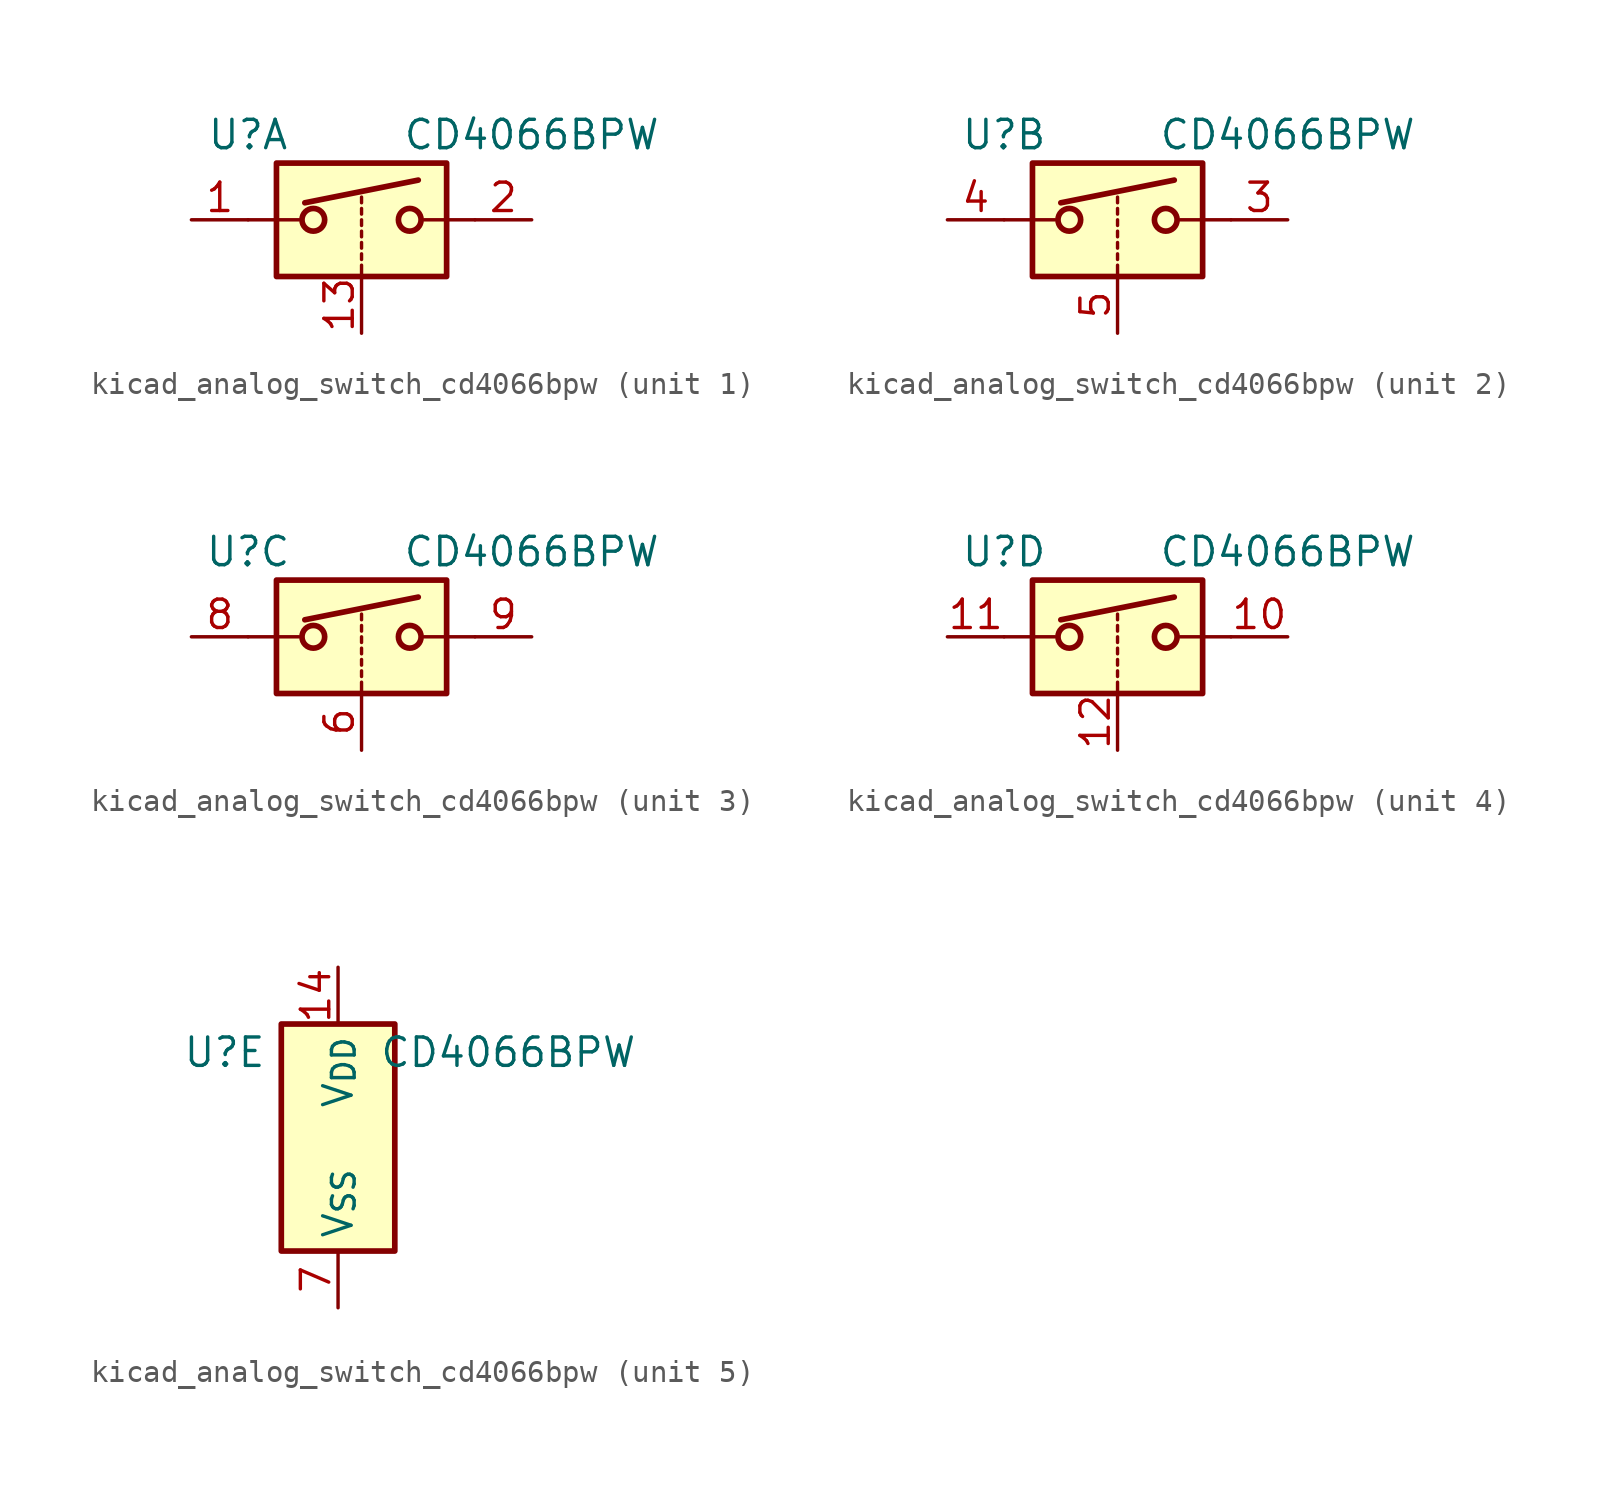
<source format=kicad_sym>
(kicad_symbol_lib
  (version 20220914)
  (generator kicad_symbol_editor)
  (symbol "kicad_analog_switch_cd4066bpw"
    (property "Reference" "U"
      (at -5.08 3.81 0)
      (effects (font (size 1.27 1.27))))
    (property "Value" "CD4066BPW"
      (at 7.62 3.81 0)
      (effects (font (size 1.27 1.27))))
    (property "ki_locked" ""
      (at 0 0 0)
      (effects (font (size 1.27 1.27))))
    (symbol "kicad_analog_switch_cd4066bpw_1_1"
      (rectangle (start -3.81 2.54) (end 3.81 -2.54) (stroke (width 0.254) (type default)) (fill (type background)))
      (circle (center -2.159 0) (radius 0.508) (stroke (width 0.254) (type default)) (fill (type none)))
      (polyline (pts (xy -5.08 0) (xy -2.794 0)) (stroke (width 0) (type default)) (fill (type none)))
      (polyline (pts (xy -2.54 0.762) (xy 2.54 1.778)) (stroke (width 0.254) (type default)) (fill (type none)))
      (polyline (pts (xy 0 -2.54) (xy 0 -2.032)) (stroke (width 0) (type default)) (fill (type none)))
      (polyline (pts (xy 0 -1.778) (xy 0 -1.524)) (stroke (width 0) (type default)) (fill (type none)))
      (polyline (pts (xy 0 -1.27) (xy 0 -1.016)) (stroke (width 0) (type default)) (fill (type none)))
      (polyline (pts (xy 0 -0.762) (xy 0 -0.508)) (stroke (width 0) (type default)) (fill (type none)))
      (polyline (pts (xy 0 -0.254) (xy 0 0)) (stroke (width 0) (type default)) (fill (type none)))
      (polyline (pts (xy 0 0.254) (xy 0 0.508)) (stroke (width 0) (type default)) (fill (type none)))
      (polyline (pts (xy 0 0.762) (xy 0 1.016)) (stroke (width 0) (type default)) (fill (type none)))
      (polyline (pts (xy 5.08 0) (xy 2.794 0)) (stroke (width 0) (type default)) (fill (type none)))
      (circle (center 2.159 0) (radius 0.508) (stroke (width 0.254) (type default)) (fill (type none)))
      (pin bidirectional line (at -7.62 0 0) (length 2.54) (name "~" (effects (font (size 1.27 1.27)))) (number "1" (effects (font (size 1.27 1.27)))))
      (pin input line (at 0 -5.08 90) (length 2.54) (name "~" (effects (font (size 1.27 1.27)))) (number "13" (effects (font (size 1.27 1.27)))))
      (pin bidirectional line (at 7.62 0 180) (length 2.54) (name "~" (effects (font (size 1.27 1.27)))) (number "2" (effects (font (size 1.27 1.27))))))
    (symbol "kicad_analog_switch_cd4066bpw_2_1"
      (rectangle (start -3.81 2.54) (end 3.81 -2.54) (stroke (width 0.254) (type default)) (fill (type background)))
      (circle (center -2.159 0) (radius 0.508) (stroke (width 0.254) (type default)) (fill (type none)))
      (polyline (pts (xy -5.08 0) (xy -2.794 0)) (stroke (width 0) (type default)) (fill (type none)))
      (polyline (pts (xy -2.54 0.762) (xy 2.54 1.778)) (stroke (width 0.254) (type default)) (fill (type none)))
      (polyline (pts (xy 0 -2.54) (xy 0 -2.032)) (stroke (width 0) (type default)) (fill (type none)))
      (polyline (pts (xy 0 -1.778) (xy 0 -1.524)) (stroke (width 0) (type default)) (fill (type none)))
      (polyline (pts (xy 0 -1.27) (xy 0 -1.016)) (stroke (width 0) (type default)) (fill (type none)))
      (polyline (pts (xy 0 -0.762) (xy 0 -0.508)) (stroke (width 0) (type default)) (fill (type none)))
      (polyline (pts (xy 0 -0.254) (xy 0 0)) (stroke (width 0) (type default)) (fill (type none)))
      (polyline (pts (xy 0 0.254) (xy 0 0.508)) (stroke (width 0) (type default)) (fill (type none)))
      (polyline (pts (xy 0 0.762) (xy 0 1.016)) (stroke (width 0) (type default)) (fill (type none)))
      (polyline (pts (xy 5.08 0) (xy 2.794 0)) (stroke (width 0) (type default)) (fill (type none)))
      (circle (center 2.159 0) (radius 0.508) (stroke (width 0.254) (type default)) (fill (type none)))
      (pin bidirectional line (at 7.62 0 180) (length 2.54) (name "~" (effects (font (size 1.27 1.27)))) (number "3" (effects (font (size 1.27 1.27)))))
      (pin bidirectional line (at -7.62 0 0) (length 2.54) (name "~" (effects (font (size 1.27 1.27)))) (number "4" (effects (font (size 1.27 1.27)))))
      (pin input line (at 0 -5.08 90) (length 2.54) (name "~" (effects (font (size 1.27 1.27)))) (number "5" (effects (font (size 1.27 1.27))))))
    (symbol "kicad_analog_switch_cd4066bpw_3_1"
      (rectangle (start -3.81 2.54) (end 3.81 -2.54) (stroke (width 0.254) (type default)) (fill (type background)))
      (circle (center -2.159 0) (radius 0.508) (stroke (width 0.254) (type default)) (fill (type none)))
      (polyline (pts (xy -5.08 0) (xy -2.794 0)) (stroke (width 0) (type default)) (fill (type none)))
      (polyline (pts (xy -2.54 0.762) (xy 2.54 1.778)) (stroke (width 0.254) (type default)) (fill (type none)))
      (polyline (pts (xy 0 -2.54) (xy 0 -2.032)) (stroke (width 0) (type default)) (fill (type none)))
      (polyline (pts (xy 0 -1.778) (xy 0 -1.524)) (stroke (width 0) (type default)) (fill (type none)))
      (polyline (pts (xy 0 -1.27) (xy 0 -1.016)) (stroke (width 0) (type default)) (fill (type none)))
      (polyline (pts (xy 0 -0.762) (xy 0 -0.508)) (stroke (width 0) (type default)) (fill (type none)))
      (polyline (pts (xy 0 -0.254) (xy 0 0)) (stroke (width 0) (type default)) (fill (type none)))
      (polyline (pts (xy 0 0.254) (xy 0 0.508)) (stroke (width 0) (type default)) (fill (type none)))
      (polyline (pts (xy 0 0.762) (xy 0 1.016)) (stroke (width 0) (type default)) (fill (type none)))
      (polyline (pts (xy 5.08 0) (xy 2.794 0)) (stroke (width 0) (type default)) (fill (type none)))
      (circle (center 2.159 0) (radius 0.508) (stroke (width 0.254) (type default)) (fill (type none)))
      (pin input line (at 0 -5.08 90) (length 2.54) (name "~" (effects (font (size 1.27 1.27)))) (number "6" (effects (font (size 1.27 1.27)))))
      (pin bidirectional line (at -7.62 0 0) (length 2.54) (name "~" (effects (font (size 1.27 1.27)))) (number "8" (effects (font (size 1.27 1.27)))))
      (pin bidirectional line (at 7.62 0 180) (length 2.54) (name "~" (effects (font (size 1.27 1.27)))) (number "9" (effects (font (size 1.27 1.27))))))
    (symbol "kicad_analog_switch_cd4066bpw_4_1"
      (rectangle (start -3.81 2.54) (end 3.81 -2.54) (stroke (width 0.254) (type default)) (fill (type background)))
      (circle (center -2.159 0) (radius 0.508) (stroke (width 0.254) (type default)) (fill (type none)))
      (polyline (pts (xy -5.08 0) (xy -2.794 0)) (stroke (width 0) (type default)) (fill (type none)))
      (polyline (pts (xy -2.54 0.762) (xy 2.54 1.778)) (stroke (width 0.254) (type default)) (fill (type none)))
      (polyline (pts (xy 0 -2.54) (xy 0 -2.032)) (stroke (width 0) (type default)) (fill (type none)))
      (polyline (pts (xy 0 -1.778) (xy 0 -1.524)) (stroke (width 0) (type default)) (fill (type none)))
      (polyline (pts (xy 0 -1.27) (xy 0 -1.016)) (stroke (width 0) (type default)) (fill (type none)))
      (polyline (pts (xy 0 -0.762) (xy 0 -0.508)) (stroke (width 0) (type default)) (fill (type none)))
      (polyline (pts (xy 0 -0.254) (xy 0 0)) (stroke (width 0) (type default)) (fill (type none)))
      (polyline (pts (xy 0 0.254) (xy 0 0.508)) (stroke (width 0) (type default)) (fill (type none)))
      (polyline (pts (xy 0 0.762) (xy 0 1.016)) (stroke (width 0) (type default)) (fill (type none)))
      (polyline (pts (xy 5.08 0) (xy 2.794 0)) (stroke (width 0) (type default)) (fill (type none)))
      (circle (center 2.159 0) (radius 0.508) (stroke (width 0.254) (type default)) (fill (type none)))
      (pin bidirectional line (at 7.62 0 180) (length 2.54) (name "~" (effects (font (size 1.27 1.27)))) (number "10" (effects (font (size 1.27 1.27)))))
      (pin bidirectional line (at -7.62 0 0) (length 2.54) (name "~" (effects (font (size 1.27 1.27)))) (number "11" (effects (font (size 1.27 1.27)))))
      (pin input line (at 0 -5.08 90) (length 2.54) (name "~" (effects (font (size 1.27 1.27)))) (number "12" (effects (font (size 1.27 1.27))))))
    (symbol "kicad_analog_switch_cd4066bpw_5_1"
      (rectangle (start -2.54 5.08) (end 2.54 -5.08) (stroke (width 0.254) (type default)) (fill (type background)))
      (pin power_in line (at 0 7.62 270) (length 2.54) (name "V_{DD}" (effects (font (size 1.27 1.27)))) (number "14" (effects (font (size 1.27 1.27)))))
      (pin power_in line (at 0 -7.62 90) (length 2.54) (name "V_{SS}" (effects (font (size 1.27 1.27)))) (number "7" (effects (font (size 1.27 1.27))))))))
</source>
